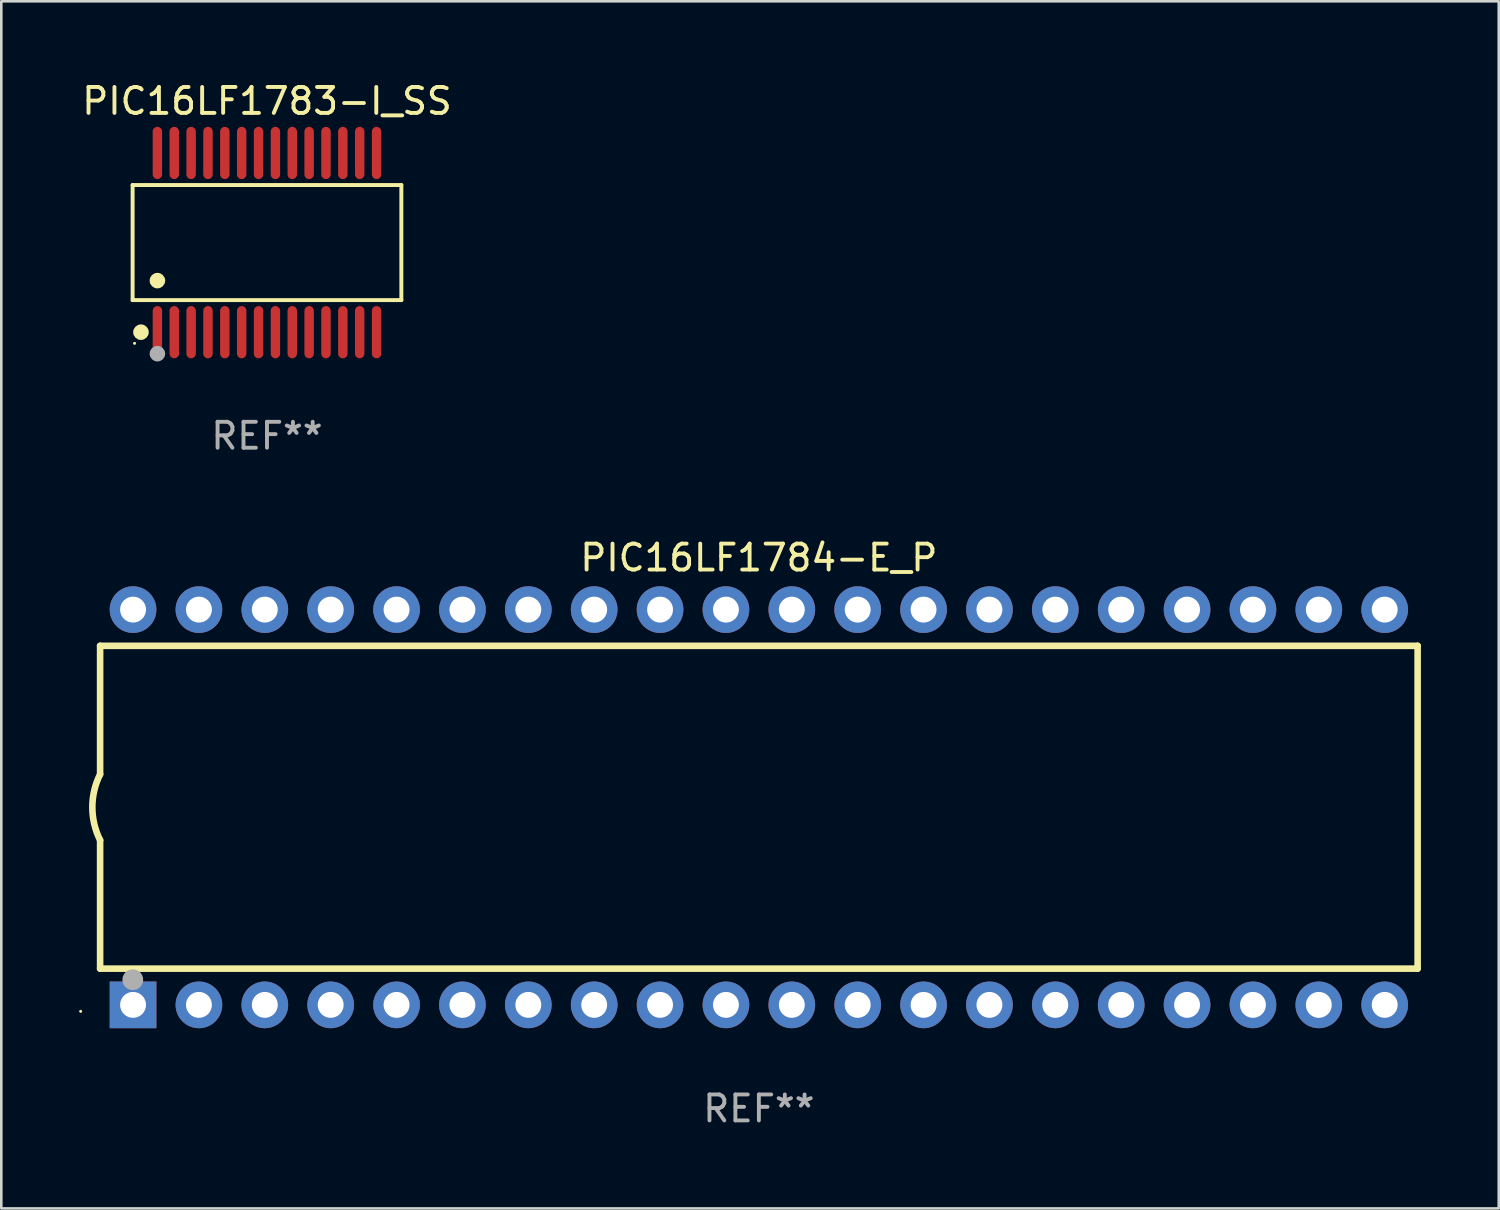
<source format=kicad_pcb>
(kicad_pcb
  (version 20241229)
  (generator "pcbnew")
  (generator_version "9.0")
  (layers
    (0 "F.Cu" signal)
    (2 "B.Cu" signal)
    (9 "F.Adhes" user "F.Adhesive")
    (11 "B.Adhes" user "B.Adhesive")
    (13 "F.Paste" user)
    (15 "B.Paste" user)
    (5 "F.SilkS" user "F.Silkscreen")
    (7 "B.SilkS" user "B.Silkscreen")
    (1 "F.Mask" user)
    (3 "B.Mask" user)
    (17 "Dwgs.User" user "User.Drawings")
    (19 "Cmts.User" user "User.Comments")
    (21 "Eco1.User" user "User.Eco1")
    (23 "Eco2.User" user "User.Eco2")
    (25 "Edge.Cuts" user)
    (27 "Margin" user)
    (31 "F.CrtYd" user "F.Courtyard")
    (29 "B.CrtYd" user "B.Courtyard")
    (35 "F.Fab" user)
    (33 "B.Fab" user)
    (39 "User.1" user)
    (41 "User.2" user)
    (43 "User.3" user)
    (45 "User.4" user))
  (footprint "PIC16LF1783-I_SS"
    (layer "F.Cu")
    (at 7.244 6.303)
    (property "Reference" "PIC16LF1783-I_SS" (at 0 -5.455 0) (layer "F.SilkS") (effects (font (size 1 1) (thickness 0.15))))
    (attr through_hole)
    (fp_line (start -5.181 -2.219) (end 5.181 -2.219) (stroke (width 0.152) (type solid)) (layer "F.SilkS"))
    (fp_line (start -5.181 2.219) (end -5.181 -2.219) (stroke (width 0.152) (type solid)) (layer "F.SilkS"))
    (fp_line (start 5.181 -2.219) (end 5.181 2.219) (stroke (width 0.152) (type solid)) (layer "F.SilkS"))
    (fp_line (start 5.181 2.219) (end -5.181 2.219) (stroke (width 0.152) (type solid)) (layer "F.SilkS"))
    (fp_circle (center -5.105 3.885) (end -5.075 3.885) (stroke (width 0.06) (type solid)) (fill no) (layer "F.SilkS"))
    (fp_circle (center -4.859 3.455) (end -4.709 3.455) (stroke (width 0.3) (type solid)) (fill no) (layer "F.SilkS"))
    (fp_circle (center -4.225 1.467) (end -4.075 1.467) (stroke (width 0.3) (type solid)) (fill no) (layer "F.SilkS"))
    (fp_circle (center -4.225 4.285) (end -4.075 4.285) (stroke (width 0.3) (type solid)) (fill no) (layer "F.Fab"))
    (fp_text user "REF**" (at 0 7.455 0) (layer "F.Fab") (effects (font (size 1 1) (thickness 0.15))))
    (pad "1" smd oval (at -4.225 3.455) (size 0.364 2.015) (layers "F.Cu" "F.Mask" "F.Paste"))
    (pad "2" smd oval (at -3.575 3.455) (size 0.364 2.015) (layers "F.Cu" "F.Mask" "F.Paste"))
    (pad "3" smd oval (at -2.925 3.455) (size 0.364 2.015) (layers "F.Cu" "F.Mask" "F.Paste"))
    (pad "4" smd oval (at -2.275 3.455) (size 0.364 2.015) (layers "F.Cu" "F.Mask" "F.Paste"))
    (pad "5" smd oval (at -1.625 3.455) (size 0.364 2.015) (layers "F.Cu" "F.Mask" "F.Paste"))
    (pad "6" smd oval (at -0.975 3.455) (size 0.364 2.015) (layers "F.Cu" "F.Mask" "F.Paste"))
    (pad "7" smd oval (at -0.325 3.455) (size 0.364 2.015) (layers "F.Cu" "F.Mask" "F.Paste"))
    (pad "8" smd oval (at 0.325 3.455) (size 0.364 2.015) (layers "F.Cu" "F.Mask" "F.Paste"))
    (pad "9" smd oval (at 0.975 3.455) (size 0.364 2.015) (layers "F.Cu" "F.Mask" "F.Paste"))
    (pad "10" smd oval (at 1.625 3.455) (size 0.364 2.015) (layers "F.Cu" "F.Mask" "F.Paste"))
    (pad "11" smd oval (at 2.275 3.455) (size 0.364 2.015) (layers "F.Cu" "F.Mask" "F.Paste"))
    (pad "12" smd oval (at 2.925 3.455) (size 0.364 2.015) (layers "F.Cu" "F.Mask" "F.Paste"))
    (pad "13" smd oval (at 3.575 3.455) (size 0.364 2.015) (layers "F.Cu" "F.Mask" "F.Paste"))
    (pad "14" smd oval (at 4.225 3.455) (size 0.364 2.015) (layers "F.Cu" "F.Mask" "F.Paste"))
    (pad "15" smd oval (at 4.225 -3.455) (size 0.364 2.015) (layers "F.Cu" "F.Mask" "F.Paste"))
    (pad "16" smd oval (at 3.575 -3.455) (size 0.364 2.015) (layers "F.Cu" "F.Mask" "F.Paste"))
    (pad "17" smd oval (at 2.925 -3.455) (size 0.364 2.015) (layers "F.Cu" "F.Mask" "F.Paste"))
    (pad "18" smd oval (at 2.275 -3.455) (size 0.364 2.015) (layers "F.Cu" "F.Mask" "F.Paste"))
    (pad "19" smd oval (at 1.625 -3.455) (size 0.364 2.015) (layers "F.Cu" "F.Mask" "F.Paste"))
    (pad "20" smd oval (at 0.975 -3.455) (size 0.364 2.015) (layers "F.Cu" "F.Mask" "F.Paste"))
    (pad "21" smd oval (at 0.325 -3.455) (size 0.364 2.015) (layers "F.Cu" "F.Mask" "F.Paste"))
    (pad "22" smd oval (at -0.325 -3.455) (size 0.364 2.015) (layers "F.Cu" "F.Mask" "F.Paste"))
    (pad "23" smd oval (at -0.975 -3.455) (size 0.364 2.015) (layers "F.Cu" "F.Mask" "F.Paste"))
    (pad "24" smd oval (at -1.625 -3.455) (size 0.364 2.015) (layers "F.Cu" "F.Mask" "F.Paste"))
    (pad "25" smd oval (at -2.275 -3.455) (size 0.364 2.015) (layers "F.Cu" "F.Mask" "F.Paste"))
    (pad "26" smd oval (at -2.925 -3.455) (size 0.364 2.015) (layers "F.Cu" "F.Mask" "F.Paste"))
    (pad "27" smd oval (at -3.575 -3.455) (size 0.364 2.015) (layers "F.Cu" "F.Mask" "F.Paste"))
    (pad "28" smd oval (at -4.225 -3.455) (size 0.364 2.015) (layers "F.Cu" "F.Mask" "F.Paste")))
  (footprint "PIC16LF1784-E_P"
    (layer "F.Cu")
    (at 26.21 28.075)
    (property "Reference" "PIC16LF1784-E_P" (at 0 -9.62 0) (layer "F.SilkS") (effects (font (size 1 1) (thickness 0.15))))
    (attr through_hole)
    (fp_line (start -25.4 -6.224) (end -25.4 -1.271) (stroke (width 0.254) (type solid)) (layer "F.SilkS"))
    (fp_line (start -25.4 -6.224) (end 25.4 -6.224) (stroke (width 0.254) (type solid)) (layer "F.SilkS"))
    (fp_line (start -25.4 1.269) (end -25.4 6.222) (stroke (width 0.254) (type solid)) (layer "F.SilkS"))
    (fp_line (start -25.4 6.222) (end 25.4 6.222) (stroke (width 0.254) (type solid)) (layer "F.SilkS"))
    (fp_line (start 25.4 6.222) (end 25.4 -6.224) (stroke (width 0.254) (type solid)) (layer "F.SilkS"))
    (fp_arc (start -25.4 1.269241) (mid -25.699807 -0.000762) (end -25.4 -1.270765) (stroke (width 0.254001) (type solid)) (layer "F.SilkS"))
    (fp_circle (center -26.15 7.87) (end -26.12 7.87) (stroke (width 0.06) (type solid)) (fill no) (layer "F.SilkS"))
    (fp_circle (center -24.14 6.65) (end -23.94 6.65) (stroke (width 0.4) (type solid)) (fill no) (layer "F.Fab"))
    (fp_text user "REF**" (at 0 11.62 0) (layer "F.Fab") (effects (font (size 1 1) (thickness 0.15))))
    (pad "1" thru_hole rect (at -24.13 7.62 90) (size 1.8 1.8) (drill 1) (layers "*.Cu" "*.Mask"))
    (pad "2" thru_hole circle (at -21.59 7.62) (size 1.8 1.8) (drill 1) (layers "*.Cu" "*.Mask"))
    (pad "3" thru_hole circle (at -19.05 7.62) (size 1.8 1.8) (drill 1) (layers "*.Cu" "*.Mask"))
    (pad "4" thru_hole circle (at -16.51 7.62) (size 1.8 1.8) (drill 1) (layers "*.Cu" "*.Mask"))
    (pad "5" thru_hole circle (at -13.97 7.62) (size 1.8 1.8) (drill 1) (layers "*.Cu" "*.Mask"))
    (pad "6" thru_hole circle (at -11.43 7.62) (size 1.8 1.8) (drill 1) (layers "*.Cu" "*.Mask"))
    (pad "7" thru_hole circle (at -8.89 7.62) (size 1.8 1.8) (drill 1) (layers "*.Cu" "*.Mask"))
    (pad "8" thru_hole circle (at -6.35 7.62) (size 1.8 1.8) (drill 1) (layers "*.Cu" "*.Mask"))
    (pad "9" thru_hole circle (at -3.81 7.62) (size 1.8 1.8) (drill 1) (layers "*.Cu" "*.Mask"))
    (pad "10" thru_hole circle (at -1.27 7.62) (size 1.8 1.8) (drill 1) (layers "*.Cu" "*.Mask"))
    (pad "11" thru_hole circle (at 1.27 7.62) (size 1.8 1.8) (drill 1) (layers "*.Cu" "*.Mask"))
    (pad "12" thru_hole circle (at 3.81 7.62) (size 1.8 1.8) (drill 1) (layers "*.Cu" "*.Mask"))
    (pad "13" thru_hole circle (at 6.35 7.62) (size 1.8 1.8) (drill 1) (layers "*.Cu" "*.Mask"))
    (pad "14" thru_hole circle (at 8.89 7.62) (size 1.8 1.8) (drill 1) (layers "*.Cu" "*.Mask"))
    (pad "15" thru_hole circle (at 11.43 7.62) (size 1.8 1.8) (drill 1) (layers "*.Cu" "*.Mask"))
    (pad "16" thru_hole circle (at 13.97 7.62) (size 1.8 1.8) (drill 1) (layers "*.Cu" "*.Mask"))
    (pad "17" thru_hole circle (at 16.51 7.62) (size 1.8 1.8) (drill 1) (layers "*.Cu" "*.Mask"))
    (pad "18" thru_hole circle (at 19.05 7.62) (size 1.8 1.8) (drill 1) (layers "*.Cu" "*.Mask"))
    (pad "19" thru_hole circle (at 21.59 7.62) (size 1.8 1.8) (drill 1) (layers "*.Cu" "*.Mask"))
    (pad "20" thru_hole circle (at 24.13 7.62) (size 1.8 1.8) (drill 1) (layers "*.Cu" "*.Mask"))
    (pad "21" thru_hole circle (at 24.13 -7.62) (size 1.8 1.8) (drill 1) (layers "*.Cu" "*.Mask"))
    (pad "22" thru_hole circle (at 21.59 -7.62) (size 1.8 1.8) (drill 1) (layers "*.Cu" "*.Mask"))
    (pad "23" thru_hole circle (at 19.05 -7.62) (size 1.8 1.8) (drill 1) (layers "*.Cu" "*.Mask"))
    (pad "24" thru_hole circle (at 16.51 -7.62) (size 1.8 1.8) (drill 1) (layers "*.Cu" "*.Mask"))
    (pad "25" thru_hole circle (at 13.97 -7.62) (size 1.8 1.8) (drill 1) (layers "*.Cu" "*.Mask"))
    (pad "26" thru_hole circle (at 11.43 -7.62) (size 1.8 1.8) (drill 1) (layers "*.Cu" "*.Mask"))
    (pad "27" thru_hole circle (at 8.89 -7.62) (size 1.8 1.8) (drill 1) (layers "*.Cu" "*.Mask"))
    (pad "28" thru_hole circle (at 6.35 -7.62) (size 1.8 1.8) (drill 1) (layers "*.Cu" "*.Mask"))
    (pad "29" thru_hole circle (at 3.81 -7.62) (size 1.8 1.8) (drill 1) (layers "*.Cu" "*.Mask"))
    (pad "30" thru_hole circle (at 1.27 -7.62) (size 1.8 1.8) (drill 1) (layers "*.Cu" "*.Mask"))
    (pad "31" thru_hole circle (at -1.27 -7.62) (size 1.8 1.8) (drill 1) (layers "*.Cu" "*.Mask"))
    (pad "32" thru_hole circle (at -3.81 -7.62) (size 1.8 1.8) (drill 1) (layers "*.Cu" "*.Mask"))
    (pad "33" thru_hole circle (at -6.35 -7.62) (size 1.8 1.8) (drill 1) (layers "*.Cu" "*.Mask"))
    (pad "34" thru_hole circle (at -8.89 -7.62) (size 1.8 1.8) (drill 1) (layers "*.Cu" "*.Mask"))
    (pad "35" thru_hole circle (at -11.43 -7.62) (size 1.8 1.8) (drill 1) (layers "*.Cu" "*.Mask"))
    (pad "36" thru_hole circle (at -13.97 -7.62) (size 1.8 1.8) (drill 1) (layers "*.Cu" "*.Mask"))
    (pad "37" thru_hole circle (at -16.51 -7.62) (size 1.8 1.8) (drill 1) (layers "*.Cu" "*.Mask"))
    (pad "38" thru_hole circle (at -19.05 -7.62) (size 1.8 1.8) (drill 1) (layers "*.Cu" "*.Mask"))
    (pad "39" thru_hole circle (at -21.59 -7.62) (size 1.8 1.8) (drill 1) (layers "*.Cu" "*.Mask"))
    (pad "40" thru_hole circle (at -24.13 -7.62) (size 1.8 1.8) (drill 1) (layers "*.Cu" "*.Mask")))
  (gr_rect
    (start -3 -3)
    (end 54.737 43.543)
    (stroke (width 0.1) (type default))
    (fill no)
    (layer "Edge.Cuts")))
</source>
